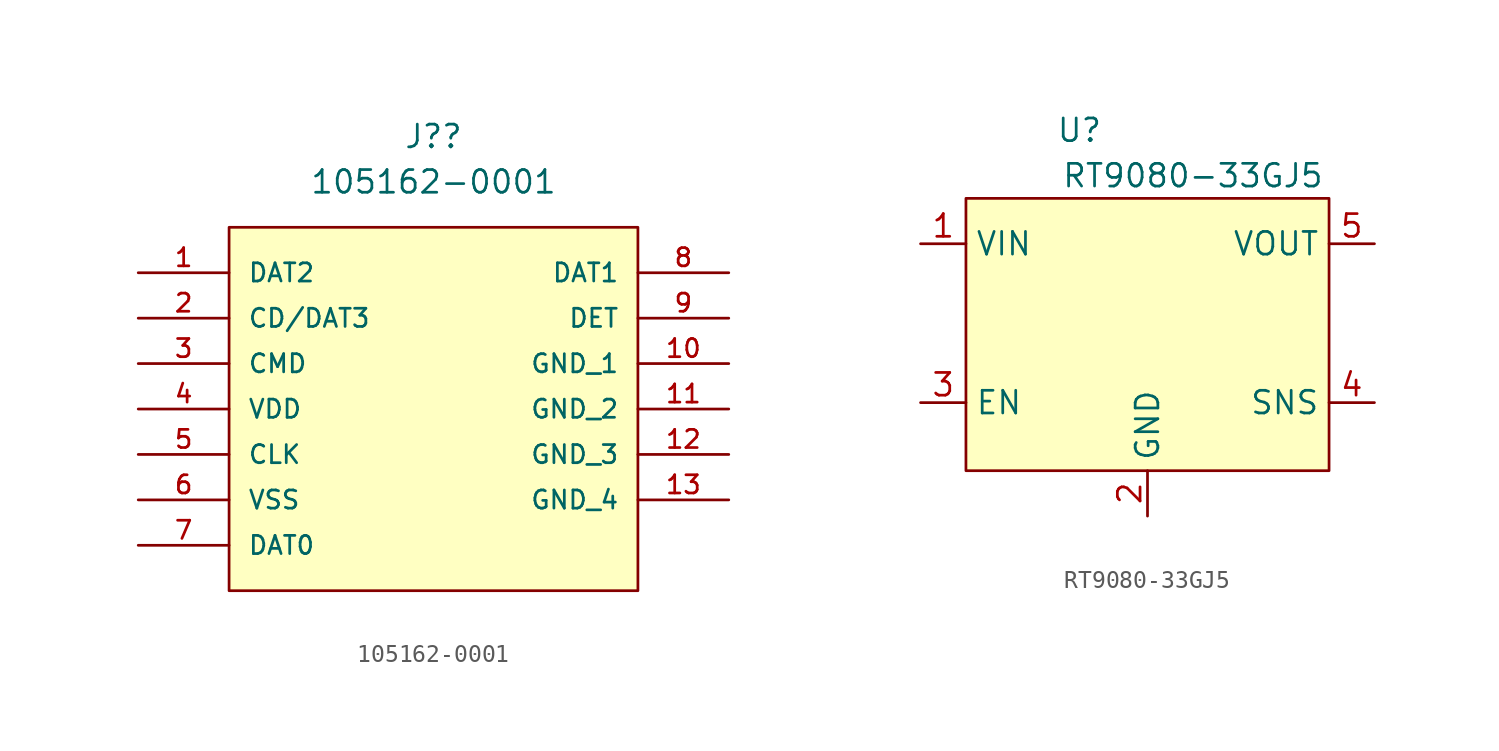
<source format=kicad_sym>
(kicad_symbol_lib
  (version 20211014)
  (generator kicad_symbol_editor)
  (symbol "105162-0001"
    (pin_names
      (offset 1.016))
    (property "Reference" "J?"
      (at 16.51 7.62 0)
      (effects (font (size 1.27 1.27))))
    (property "Value" "105162-0001"
      (at 16.51 5.08 0)
      (effects (font (size 1.27 1.27))))
    (property "ki_locked" ""
      (at 0 0 0)
      (effects (font (size 1.27 1.27))))
    (symbol "105162-0001_0_0"
      (rectangle (start 27.94 -17.78) (end 5.08 2.54) (stroke (width 0) (type default) (color 0 0 0 0)) (fill (type background)))
      (pin bidirectional line (at 0 0 0) (length 5.08) (name "DAT2" (effects (font (size 1.016 1.016)))) (number "1" (effects (font (size 1.016 1.016)))))
      (pin bidirectional line (at 33.02 -5.08 180) (length 5.08) (name "GND_1" (effects (font (size 1.016 1.016)))) (number "10" (effects (font (size 1.016 1.016)))))
      (pin bidirectional line (at 33.02 -7.62 180) (length 5.08) (name "GND_2" (effects (font (size 1.016 1.016)))) (number "11" (effects (font (size 1.016 1.016)))))
      (pin bidirectional line (at 33.02 -10.16 180) (length 5.08) (name "GND_3" (effects (font (size 1.016 1.016)))) (number "12" (effects (font (size 1.016 1.016)))))
      (pin bidirectional line (at 33.02 -12.7 180) (length 5.08) (name "GND_4" (effects (font (size 1.016 1.016)))) (number "13" (effects (font (size 1.016 1.016)))))
      (pin bidirectional line (at 0 -2.54 0) (length 5.08) (name "CD/DAT3" (effects (font (size 1.016 1.016)))) (number "2" (effects (font (size 1.016 1.016)))))
      (pin bidirectional line (at 0 -5.08 0) (length 5.08) (name "CMD" (effects (font (size 1.016 1.016)))) (number "3" (effects (font (size 1.016 1.016)))))
      (pin bidirectional line (at 0 -7.62 0) (length 5.08) (name "VDD" (effects (font (size 1.016 1.016)))) (number "4" (effects (font (size 1.016 1.016)))))
      (pin bidirectional line (at 0 -10.16 0) (length 5.08) (name "CLK" (effects (font (size 1.016 1.016)))) (number "5" (effects (font (size 1.016 1.016)))))
      (pin bidirectional line (at 0 -12.7 0) (length 5.08) (name "VSS" (effects (font (size 1.016 1.016)))) (number "6" (effects (font (size 1.016 1.016)))))
      (pin bidirectional line (at 0 -15.24 0) (length 5.08) (name "DAT0" (effects (font (size 1.016 1.016)))) (number "7" (effects (font (size 1.016 1.016)))))
      (pin bidirectional line (at 33.02 0 180) (length 5.08) (name "DAT1" (effects (font (size 1.016 1.016)))) (number "8" (effects (font (size 1.016 1.016)))))
      (pin bidirectional line (at 33.02 -2.54 180) (length 5.08) (name "DET" (effects (font (size 1.016 1.016)))) (number "9" (effects (font (size 1.016 1.016)))))))
  (symbol "RT9080-33GJ5"
    (property "Reference" "U"
      (at 3.81 2.54 0)
      (effects (font (size 1.27 1.27))))
    (property "Value" "RT9080-33GJ5"
      (at 10.16 0 0)
      (effects (font (size 1.27 1.27))))
    (symbol "RT9080-33GJ5_0_1"
      (rectangle (start -2.54 -1.27) (end 17.78 -16.51) (stroke (width 0) (type default) (color 0 0 0 0)) (fill (type background))))
    (symbol "RT9080-33GJ5_1_1"
      (pin power_in line (at -5.08 -3.81 0) (length 2.54) (name "VIN" (effects (font (size 1.27 1.27)))) (number "1" (effects (font (size 1.27 1.27)))))
      (pin power_in line (at 7.62 -19.05 90) (length 2.54) (name "GND" (effects (font (size 1.27 1.27)))) (number "2" (effects (font (size 1.27 1.27)))))
      (pin input line (at -5.08 -12.7 0) (length 2.54) (name "EN" (effects (font (size 1.27 1.27)))) (number "3" (effects (font (size 1.27 1.27)))))
      (pin input line (at 20.32 -12.7 180) (length 2.54) (name "SNS" (effects (font (size 1.27 1.27)))) (number "4" (effects (font (size 1.27 1.27)))))
      (pin power_out line (at 20.32 -3.81 180) (length 2.54) (name "VOUT" (effects (font (size 1.27 1.27)))) (number "5" (effects (font (size 1.27 1.27))))))))
</source>
